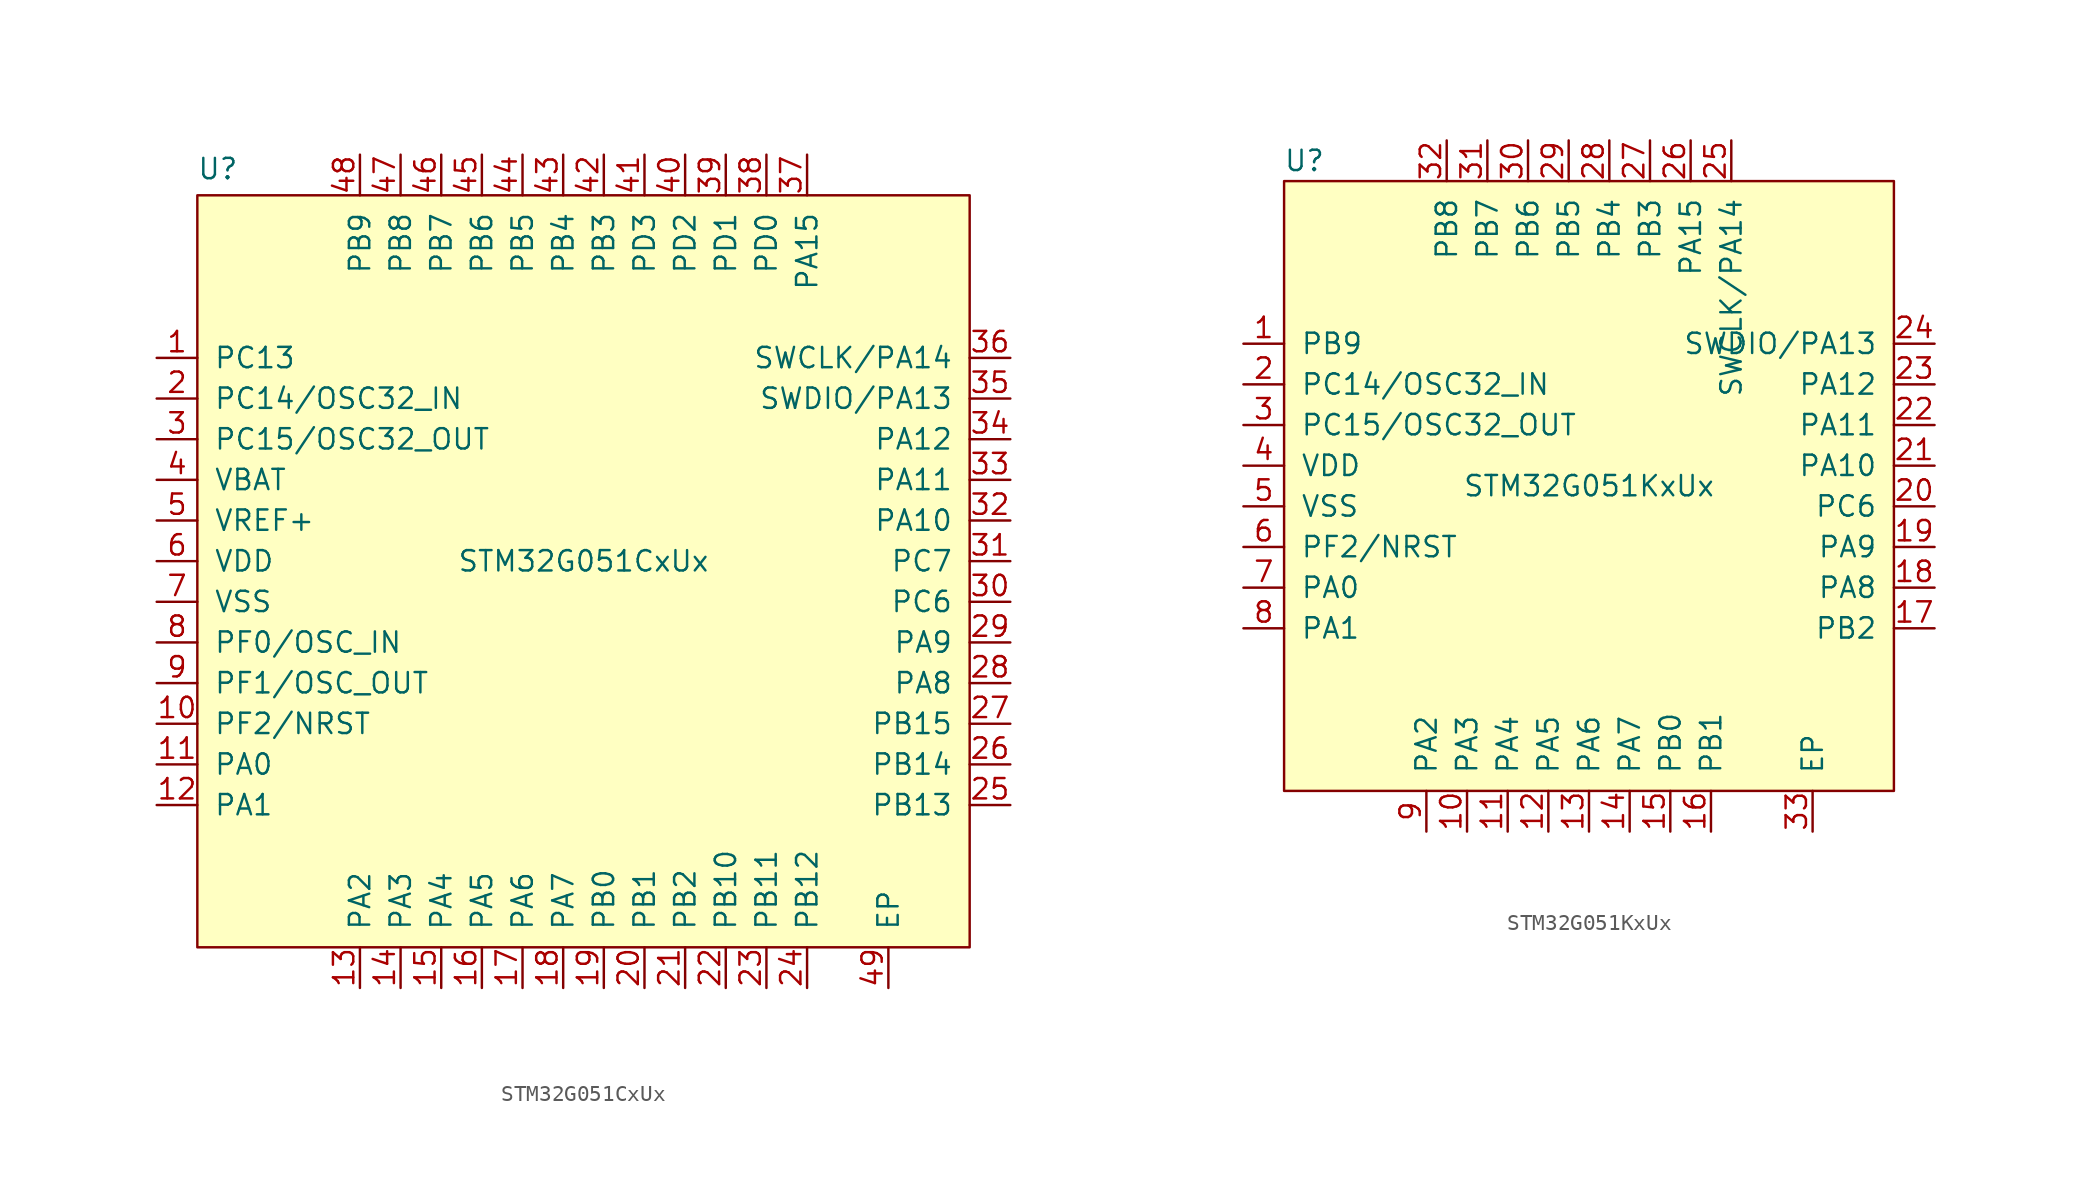
<source format=kicad_sym>
(kicad_symbol_lib
  (version 20241209)
  (generator "kicad_symbol_editor")
  (generator_version "9.0")
  (symbol "STM32G051CxUx"
    (pin_names
      (offset 1.016))
    (property "Reference" "U"
      (at 1.28 48.64 0)
      (effects (font (size 1.27 1.27))))
    (property "Value" "STM32G051CxUx"
      (at 24.13 24.13 0)
      (effects (font (size 1.27 1.27))))
    (symbol "STM32G051CxUx_0_1"
      (rectangle (start 0 46.99) (end 48.26 0) (stroke (width 0) (type default)) (fill (type background))))
    (symbol "STM32G051CxUx_1_1"
      (pin bidirectional line (at -2.54 36.83 0) (length 2.54) (name "PC13" (effects (font (size 1.27 1.27)))) (number "1" (effects (font (size 1.27 1.27)))))
      (pin bidirectional line (at -2.54 34.29 0) (length 2.54) (name "PC14/OSC32_IN" (effects (font (size 1.27 1.27)))) (number "2" (effects (font (size 1.27 1.27)))))
      (pin bidirectional line (at -2.54 31.75 0) (length 2.54) (name "PC15/OSC32_OUT" (effects (font (size 1.27 1.27)))) (number "3" (effects (font (size 1.27 1.27)))))
      (pin power_in line (at -2.54 29.21 0) (length 2.54) (name "VBAT" (effects (font (size 1.27 1.27)))) (number "4" (effects (font (size 1.27 1.27)))))
      (pin power_in line (at -2.54 26.67 0) (length 2.54) (name "VREF+" (effects (font (size 1.27 1.27)))) (number "5" (effects (font (size 1.27 1.27)))))
      (pin power_in line (at -2.54 24.13 0) (length 2.54) (name "VDD" (effects (font (size 1.27 1.27)))) (number "6" (effects (font (size 1.27 1.27)))))
      (pin power_in line (at -2.54 21.59 0) (length 2.54) (name "VSS" (effects (font (size 1.27 1.27)))) (number "7" (effects (font (size 1.27 1.27)))))
      (pin bidirectional line (at -2.54 19.05 0) (length 2.54) (name "PF0/OSC_IN" (effects (font (size 1.27 1.27)))) (number "8" (effects (font (size 1.27 1.27)))))
      (pin bidirectional line (at -2.54 16.51 0) (length 2.54) (name "PF1/OSC_OUT" (effects (font (size 1.27 1.27)))) (number "9" (effects (font (size 1.27 1.27)))))
      (pin bidirectional line (at -2.54 13.97 0) (length 2.54) (name "PF2/NRST" (effects (font (size 1.27 1.27)))) (number "10" (effects (font (size 1.27 1.27)))))
      (pin bidirectional line (at -2.54 11.43 0) (length 2.54) (name "PA0" (effects (font (size 1.27 1.27)))) (number "11" (effects (font (size 1.27 1.27)))))
      (pin bidirectional line (at -2.54 8.89 0) (length 2.54) (name "PA1" (effects (font (size 1.27 1.27)))) (number "12" (effects (font (size 1.27 1.27)))))
      (pin bidirectional line (at 10.16 49.53 270) (length 2.54) (name "PB9" (effects (font (size 1.27 1.27)))) (number "48" (effects (font (size 1.27 1.27)))))
      (pin bidirectional line (at 10.16 -2.54 90) (length 2.54) (name "PA2" (effects (font (size 1.27 1.27)))) (number "13" (effects (font (size 1.27 1.27)))))
      (pin bidirectional line (at 12.7 49.53 270) (length 2.54) (name "PB8" (effects (font (size 1.27 1.27)))) (number "47" (effects (font (size 1.27 1.27)))))
      (pin bidirectional line (at 12.7 -2.54 90) (length 2.54) (name "PA3" (effects (font (size 1.27 1.27)))) (number "14" (effects (font (size 1.27 1.27)))))
      (pin bidirectional line (at 15.24 49.53 270) (length 2.54) (name "PB7" (effects (font (size 1.27 1.27)))) (number "46" (effects (font (size 1.27 1.27)))))
      (pin bidirectional line (at 15.24 -2.54 90) (length 2.54) (name "PA4" (effects (font (size 1.27 1.27)))) (number "15" (effects (font (size 1.27 1.27)))))
      (pin bidirectional line (at 17.78 49.53 270) (length 2.54) (name "PB6" (effects (font (size 1.27 1.27)))) (number "45" (effects (font (size 1.27 1.27)))))
      (pin bidirectional line (at 17.78 -2.54 90) (length 2.54) (name "PA5" (effects (font (size 1.27 1.27)))) (number "16" (effects (font (size 1.27 1.27)))))
      (pin bidirectional line (at 20.32 49.53 270) (length 2.54) (name "PB5" (effects (font (size 1.27 1.27)))) (number "44" (effects (font (size 1.27 1.27)))))
      (pin bidirectional line (at 20.32 -2.54 90) (length 2.54) (name "PA6" (effects (font (size 1.27 1.27)))) (number "17" (effects (font (size 1.27 1.27)))))
      (pin bidirectional line (at 22.86 49.53 270) (length 2.54) (name "PB4" (effects (font (size 1.27 1.27)))) (number "43" (effects (font (size 1.27 1.27)))))
      (pin bidirectional line (at 22.86 -2.54 90) (length 2.54) (name "PA7" (effects (font (size 1.27 1.27)))) (number "18" (effects (font (size 1.27 1.27)))))
      (pin bidirectional line (at 25.4 49.53 270) (length 2.54) (name "PB3" (effects (font (size 1.27 1.27)))) (number "42" (effects (font (size 1.27 1.27)))))
      (pin bidirectional line (at 25.4 -2.54 90) (length 2.54) (name "PB0" (effects (font (size 1.27 1.27)))) (number "19" (effects (font (size 1.27 1.27)))))
      (pin bidirectional line (at 27.94 49.53 270) (length 2.54) (name "PD3" (effects (font (size 1.27 1.27)))) (number "41" (effects (font (size 1.27 1.27)))))
      (pin bidirectional line (at 27.94 -2.54 90) (length 2.54) (name "PB1" (effects (font (size 1.27 1.27)))) (number "20" (effects (font (size 1.27 1.27)))))
      (pin bidirectional line (at 30.48 49.53 270) (length 2.54) (name "PD2" (effects (font (size 1.27 1.27)))) (number "40" (effects (font (size 1.27 1.27)))))
      (pin bidirectional line (at 30.48 -2.54 90) (length 2.54) (name "PB2" (effects (font (size 1.27 1.27)))) (number "21" (effects (font (size 1.27 1.27)))))
      (pin bidirectional line (at 33.02 49.53 270) (length 2.54) (name "PD1" (effects (font (size 1.27 1.27)))) (number "39" (effects (font (size 1.27 1.27)))))
      (pin bidirectional line (at 33.02 -2.54 90) (length 2.54) (name "PB10" (effects (font (size 1.27 1.27)))) (number "22" (effects (font (size 1.27 1.27)))))
      (pin bidirectional line (at 35.56 49.53 270) (length 2.54) (name "PD0" (effects (font (size 1.27 1.27)))) (number "38" (effects (font (size 1.27 1.27)))))
      (pin bidirectional line (at 35.56 -2.54 90) (length 2.54) (name "PB11" (effects (font (size 1.27 1.27)))) (number "23" (effects (font (size 1.27 1.27)))))
      (pin bidirectional line (at 38.1 49.53 270) (length 2.54) (name "PA15" (effects (font (size 1.27 1.27)))) (number "37" (effects (font (size 1.27 1.27)))))
      (pin bidirectional line (at 38.1 -2.54 90) (length 2.54) (name "PB12" (effects (font (size 1.27 1.27)))) (number "24" (effects (font (size 1.27 1.27)))))
      (pin power_in line (at 43.18 -2.54 90) (length 2.54) (name "EP" (effects (font (size 1.27 1.27)))) (number "49" (effects (font (size 1.27 1.27)))))
      (pin bidirectional line (at 50.8 36.83 180) (length 2.54) (name "SWCLK/PA14" (effects (font (size 1.27 1.27)))) (number "36" (effects (font (size 1.27 1.27)))))
      (pin bidirectional line (at 50.8 34.29 180) (length 2.54) (name "SWDIO/PA13" (effects (font (size 1.27 1.27)))) (number "35" (effects (font (size 1.27 1.27)))))
      (pin bidirectional line (at 50.8 31.75 180) (length 2.54) (name "PA12" (effects (font (size 1.27 1.27)))) (number "34" (effects (font (size 1.27 1.27)))))
      (pin bidirectional line (at 50.8 29.21 180) (length 2.54) (name "PA11" (effects (font (size 1.27 1.27)))) (number "33" (effects (font (size 1.27 1.27)))))
      (pin bidirectional line (at 50.8 26.67 180) (length 2.54) (name "PA10" (effects (font (size 1.27 1.27)))) (number "32" (effects (font (size 1.27 1.27)))))
      (pin bidirectional line (at 50.8 24.13 180) (length 2.54) (name "PC7" (effects (font (size 1.27 1.27)))) (number "31" (effects (font (size 1.27 1.27)))))
      (pin bidirectional line (at 50.8 21.59 180) (length 2.54) (name "PC6" (effects (font (size 1.27 1.27)))) (number "30" (effects (font (size 1.27 1.27)))))
      (pin bidirectional line (at 50.8 19.05 180) (length 2.54) (name "PA9" (effects (font (size 1.27 1.27)))) (number "29" (effects (font (size 1.27 1.27)))))
      (pin bidirectional line (at 50.8 16.51 180) (length 2.54) (name "PA8" (effects (font (size 1.27 1.27)))) (number "28" (effects (font (size 1.27 1.27)))))
      (pin bidirectional line (at 50.8 13.97 180) (length 2.54) (name "PB15" (effects (font (size 1.27 1.27)))) (number "27" (effects (font (size 1.27 1.27)))))
      (pin bidirectional line (at 50.8 11.43 180) (length 2.54) (name "PB14" (effects (font (size 1.27 1.27)))) (number "26" (effects (font (size 1.27 1.27)))))
      (pin bidirectional line (at 50.8 8.89 180) (length 2.54) (name "PB13" (effects (font (size 1.27 1.27)))) (number "25" (effects (font (size 1.27 1.27)))))))
  (symbol "STM32G051KxUx"
    (pin_names
      (offset 1.016))
    (property "Reference" "U"
      (at 1.27 39.37 0)
      (effects (font (size 1.27 1.27))))
    (property "Value" "STM32G051KxUx"
      (at 19.05 19.05 0)
      (effects (font (size 1.27 1.27))))
    (symbol "STM32G051KxUx_0_1"
      (rectangle (start 0 38.1) (end 38.1 0) (stroke (width 0) (type default)) (fill (type background))))
    (symbol "STM32G051KxUx_1_1"
      (pin bidirectional line (at -2.54 27.94 0) (length 2.54) (name "PB9" (effects (font (size 1.27 1.27)))) (number "1" (effects (font (size 1.27 1.27)))))
      (pin bidirectional line (at -2.54 25.4 0) (length 2.54) (name "PC14/OSC32_IN" (effects (font (size 1.27 1.27)))) (number "2" (effects (font (size 1.27 1.27)))))
      (pin bidirectional line (at -2.54 22.86 0) (length 2.54) (name "PC15/OSC32_OUT" (effects (font (size 1.27 1.27)))) (number "3" (effects (font (size 1.27 1.27)))))
      (pin power_in line (at -2.54 20.32 0) (length 2.54) (name "VDD" (effects (font (size 1.27 1.27)))) (number "4" (effects (font (size 1.27 1.27)))))
      (pin power_in line (at -2.54 17.78 0) (length 2.54) (name "VSS" (effects (font (size 1.27 1.27)))) (number "5" (effects (font (size 1.27 1.27)))))
      (pin bidirectional line (at -2.54 15.24 0) (length 2.54) (name "PF2/NRST" (effects (font (size 1.27 1.27)))) (number "6" (effects (font (size 1.27 1.27)))))
      (pin bidirectional line (at -2.54 12.7 0) (length 2.54) (name "PA0" (effects (font (size 1.27 1.27)))) (number "7" (effects (font (size 1.27 1.27)))))
      (pin bidirectional line (at -2.54 10.16 0) (length 2.54) (name "PA1" (effects (font (size 1.27 1.27)))) (number "8" (effects (font (size 1.27 1.27)))))
      (pin bidirectional line (at 8.89 -2.54 90) (length 2.54) (name "PA2" (effects (font (size 1.27 1.27)))) (number "9" (effects (font (size 1.27 1.27)))))
      (pin bidirectional line (at 10.16 40.64 270) (length 2.54) (name "PB8" (effects (font (size 1.27 1.27)))) (number "32" (effects (font (size 1.27 1.27)))))
      (pin bidirectional line (at 11.43 -2.54 90) (length 2.54) (name "PA3" (effects (font (size 1.27 1.27)))) (number "10" (effects (font (size 1.27 1.27)))))
      (pin bidirectional line (at 12.7 40.64 270) (length 2.54) (name "PB7" (effects (font (size 1.27 1.27)))) (number "31" (effects (font (size 1.27 1.27)))))
      (pin bidirectional line (at 13.97 -2.54 90) (length 2.54) (name "PA4" (effects (font (size 1.27 1.27)))) (number "11" (effects (font (size 1.27 1.27)))))
      (pin bidirectional line (at 15.24 40.64 270) (length 2.54) (name "PB6" (effects (font (size 1.27 1.27)))) (number "30" (effects (font (size 1.27 1.27)))))
      (pin bidirectional line (at 16.51 -2.54 90) (length 2.54) (name "PA5" (effects (font (size 1.27 1.27)))) (number "12" (effects (font (size 1.27 1.27)))))
      (pin bidirectional line (at 17.78 40.64 270) (length 2.54) (name "PB5" (effects (font (size 1.27 1.27)))) (number "29" (effects (font (size 1.27 1.27)))))
      (pin bidirectional line (at 19.05 -2.54 90) (length 2.54) (name "PA6" (effects (font (size 1.27 1.27)))) (number "13" (effects (font (size 1.27 1.27)))))
      (pin bidirectional line (at 20.32 40.64 270) (length 2.54) (name "PB4" (effects (font (size 1.27 1.27)))) (number "28" (effects (font (size 1.27 1.27)))))
      (pin bidirectional line (at 21.59 -2.54 90) (length 2.54) (name "PA7" (effects (font (size 1.27 1.27)))) (number "14" (effects (font (size 1.27 1.27)))))
      (pin bidirectional line (at 22.86 40.64 270) (length 2.54) (name "PB3" (effects (font (size 1.27 1.27)))) (number "27" (effects (font (size 1.27 1.27)))))
      (pin bidirectional line (at 24.13 -2.54 90) (length 2.54) (name "PB0" (effects (font (size 1.27 1.27)))) (number "15" (effects (font (size 1.27 1.27)))))
      (pin bidirectional line (at 25.4 40.64 270) (length 2.54) (name "PA15" (effects (font (size 1.27 1.27)))) (number "26" (effects (font (size 1.27 1.27)))))
      (pin bidirectional line (at 26.67 -2.54 90) (length 2.54) (name "PB1" (effects (font (size 1.27 1.27)))) (number "16" (effects (font (size 1.27 1.27)))))
      (pin bidirectional line (at 27.94 40.64 270) (length 2.54) (name "SWCLK/PA14" (effects (font (size 1.27 1.27)))) (number "25" (effects (font (size 1.27 1.27)))))
      (pin power_in line (at 33.02 -2.54 90) (length 2.54) (name "EP" (effects (font (size 1.27 1.27)))) (number "33" (effects (font (size 1.27 1.27)))))
      (pin bidirectional line (at 40.64 27.94 180) (length 2.54) (name "SWDIO/PA13" (effects (font (size 1.27 1.27)))) (number "24" (effects (font (size 1.27 1.27)))))
      (pin bidirectional line (at 40.64 25.4 180) (length 2.54) (name "PA12" (effects (font (size 1.27 1.27)))) (number "23" (effects (font (size 1.27 1.27)))))
      (pin bidirectional line (at 40.64 22.86 180) (length 2.54) (name "PA11" (effects (font (size 1.27 1.27)))) (number "22" (effects (font (size 1.27 1.27)))))
      (pin bidirectional line (at 40.64 20.32 180) (length 2.54) (name "PA10" (effects (font (size 1.27 1.27)))) (number "21" (effects (font (size 1.27 1.27)))))
      (pin bidirectional line (at 40.64 17.78 180) (length 2.54) (name "PC6" (effects (font (size 1.27 1.27)))) (number "20" (effects (font (size 1.27 1.27)))))
      (pin bidirectional line (at 40.64 15.24 180) (length 2.54) (name "PA9" (effects (font (size 1.27 1.27)))) (number "19" (effects (font (size 1.27 1.27)))))
      (pin bidirectional line (at 40.64 12.7 180) (length 2.54) (name "PA8" (effects (font (size 1.27 1.27)))) (number "18" (effects (font (size 1.27 1.27)))))
      (pin bidirectional line (at 40.64 10.16 180) (length 2.54) (name "PB2" (effects (font (size 1.27 1.27)))) (number "17" (effects (font (size 1.27 1.27))))))))
</source>
